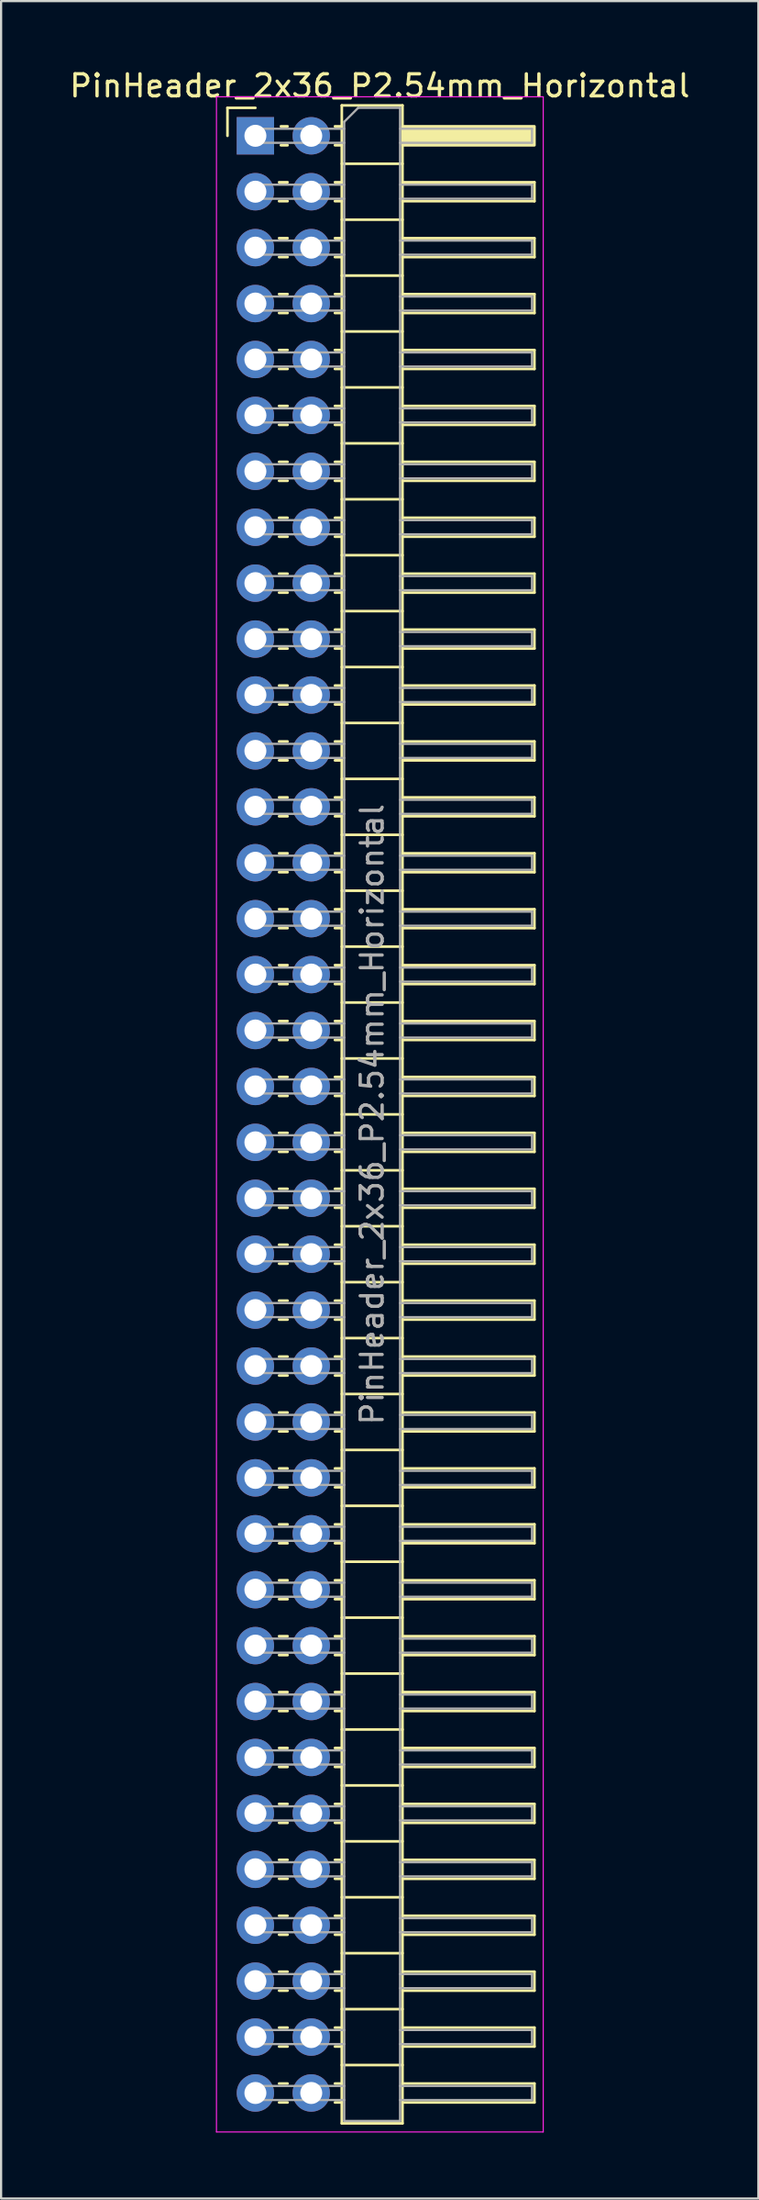
<source format=kicad_pcb>
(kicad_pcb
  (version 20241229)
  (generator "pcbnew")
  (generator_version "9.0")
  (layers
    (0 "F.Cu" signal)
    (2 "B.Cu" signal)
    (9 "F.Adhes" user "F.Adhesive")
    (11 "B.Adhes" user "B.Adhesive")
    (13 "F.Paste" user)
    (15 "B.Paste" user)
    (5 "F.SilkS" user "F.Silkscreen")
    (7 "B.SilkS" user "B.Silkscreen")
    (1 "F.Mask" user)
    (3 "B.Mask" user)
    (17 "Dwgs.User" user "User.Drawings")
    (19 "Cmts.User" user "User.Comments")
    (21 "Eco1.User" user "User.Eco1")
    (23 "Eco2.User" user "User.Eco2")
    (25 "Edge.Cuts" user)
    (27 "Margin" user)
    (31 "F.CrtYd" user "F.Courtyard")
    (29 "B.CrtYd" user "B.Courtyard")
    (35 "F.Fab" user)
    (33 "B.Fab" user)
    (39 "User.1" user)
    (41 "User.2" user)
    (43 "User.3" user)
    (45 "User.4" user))
  (footprint "PinHeader_2x36_P2.54mm_Horizontal"
    (layer "F.Cu")
    (at 8.565 3.118)
    (property "Reference" "PinHeader_2x36_P2.54mm_Horizontal" (at 5.655 -2.27 0) (layer "F.SilkS") (effects (font (size 1 1) (thickness 0.15))))
    (attr through_hole)
    (fp_line (start -1.27 -1.27) (end 0 -1.27) (stroke (width 0.12) (type solid)) (layer "F.SilkS"))
    (fp_line (start -1.27 0) (end -1.27 -1.27) (stroke (width 0.12) (type solid)) (layer "F.SilkS"))
    (fp_line (start 1.077 2.11) (end 1.463 2.11) (stroke (width 0.12) (type solid)) (layer "F.SilkS"))
    (fp_line (start 1.077 2.97) (end 1.463 2.97) (stroke (width 0.12) (type solid)) (layer "F.SilkS"))
    (fp_line (start 1.077 4.65) (end 1.463 4.65) (stroke (width 0.12) (type solid)) (layer "F.SilkS"))
    (fp_line (start 1.077 5.51) (end 1.463 5.51) (stroke (width 0.12) (type solid)) (layer "F.SilkS"))
    (fp_line (start 1.077 7.19) (end 1.463 7.19) (stroke (width 0.12) (type solid)) (layer "F.SilkS"))
    (fp_line (start 1.077 8.05) (end 1.463 8.05) (stroke (width 0.12) (type solid)) (layer "F.SilkS"))
    (fp_line (start 1.077 9.73) (end 1.463 9.73) (stroke (width 0.12) (type solid)) (layer "F.SilkS"))
    (fp_line (start 1.077 10.59) (end 1.463 10.59) (stroke (width 0.12) (type solid)) (layer "F.SilkS"))
    (fp_line (start 1.077 12.27) (end 1.463 12.27) (stroke (width 0.12) (type solid)) (layer "F.SilkS"))
    (fp_line (start 1.077 13.13) (end 1.463 13.13) (stroke (width 0.12) (type solid)) (layer "F.SilkS"))
    (fp_line (start 1.077 14.81) (end 1.463 14.81) (stroke (width 0.12) (type solid)) (layer "F.SilkS"))
    (fp_line (start 1.077 15.67) (end 1.463 15.67) (stroke (width 0.12) (type solid)) (layer "F.SilkS"))
    (fp_line (start 1.077 17.35) (end 1.463 17.35) (stroke (width 0.12) (type solid)) (layer "F.SilkS"))
    (fp_line (start 1.077 18.21) (end 1.463 18.21) (stroke (width 0.12) (type solid)) (layer "F.SilkS"))
    (fp_line (start 1.077 19.89) (end 1.463 19.89) (stroke (width 0.12) (type solid)) (layer "F.SilkS"))
    (fp_line (start 1.077 20.75) (end 1.463 20.75) (stroke (width 0.12) (type solid)) (layer "F.SilkS"))
    (fp_line (start 1.077 22.43) (end 1.463 22.43) (stroke (width 0.12) (type solid)) (layer "F.SilkS"))
    (fp_line (start 1.077 23.29) (end 1.463 23.29) (stroke (width 0.12) (type solid)) (layer "F.SilkS"))
    (fp_line (start 1.077 24.97) (end 1.463 24.97) (stroke (width 0.12) (type solid)) (layer "F.SilkS"))
    (fp_line (start 1.077 25.83) (end 1.463 25.83) (stroke (width 0.12) (type solid)) (layer "F.SilkS"))
    (fp_line (start 1.077 27.51) (end 1.463 27.51) (stroke (width 0.12) (type solid)) (layer "F.SilkS"))
    (fp_line (start 1.077 28.37) (end 1.463 28.37) (stroke (width 0.12) (type solid)) (layer "F.SilkS"))
    (fp_line (start 1.077 30.05) (end 1.463 30.05) (stroke (width 0.12) (type solid)) (layer "F.SilkS"))
    (fp_line (start 1.077 30.91) (end 1.463 30.91) (stroke (width 0.12) (type solid)) (layer "F.SilkS"))
    (fp_line (start 1.077 32.59) (end 1.463 32.59) (stroke (width 0.12) (type solid)) (layer "F.SilkS"))
    (fp_line (start 1.077 33.45) (end 1.463 33.45) (stroke (width 0.12) (type solid)) (layer "F.SilkS"))
    (fp_line (start 1.077 35.13) (end 1.463 35.13) (stroke (width 0.12) (type solid)) (layer "F.SilkS"))
    (fp_line (start 1.077 35.99) (end 1.463 35.99) (stroke (width 0.12) (type solid)) (layer "F.SilkS"))
    (fp_line (start 1.077 37.67) (end 1.463 37.67) (stroke (width 0.12) (type solid)) (layer "F.SilkS"))
    (fp_line (start 1.077 38.53) (end 1.463 38.53) (stroke (width 0.12) (type solid)) (layer "F.SilkS"))
    (fp_line (start 1.077 40.21) (end 1.463 40.21) (stroke (width 0.12) (type solid)) (layer "F.SilkS"))
    (fp_line (start 1.077 41.07) (end 1.463 41.07) (stroke (width 0.12) (type solid)) (layer "F.SilkS"))
    (fp_line (start 1.077 42.75) (end 1.463 42.75) (stroke (width 0.12) (type solid)) (layer "F.SilkS"))
    (fp_line (start 1.077 43.61) (end 1.463 43.61) (stroke (width 0.12) (type solid)) (layer "F.SilkS"))
    (fp_line (start 1.077 45.29) (end 1.463 45.29) (stroke (width 0.12) (type solid)) (layer "F.SilkS"))
    (fp_line (start 1.077 46.15) (end 1.463 46.15) (stroke (width 0.12) (type solid)) (layer "F.SilkS"))
    (fp_line (start 1.077 47.83) (end 1.463 47.83) (stroke (width 0.12) (type solid)) (layer "F.SilkS"))
    (fp_line (start 1.077 48.69) (end 1.463 48.69) (stroke (width 0.12) (type solid)) (layer "F.SilkS"))
    (fp_line (start 1.077 50.37) (end 1.463 50.37) (stroke (width 0.12) (type solid)) (layer "F.SilkS"))
    (fp_line (start 1.077 51.23) (end 1.463 51.23) (stroke (width 0.12) (type solid)) (layer "F.SilkS"))
    (fp_line (start 1.077 52.91) (end 1.463 52.91) (stroke (width 0.12) (type solid)) (layer "F.SilkS"))
    (fp_line (start 1.077 53.77) (end 1.463 53.77) (stroke (width 0.12) (type solid)) (layer "F.SilkS"))
    (fp_line (start 1.077 55.45) (end 1.463 55.45) (stroke (width 0.12) (type solid)) (layer "F.SilkS"))
    (fp_line (start 1.077 56.31) (end 1.463 56.31) (stroke (width 0.12) (type solid)) (layer "F.SilkS"))
    (fp_line (start 1.077 57.99) (end 1.463 57.99) (stroke (width 0.12) (type solid)) (layer "F.SilkS"))
    (fp_line (start 1.077 58.85) (end 1.463 58.85) (stroke (width 0.12) (type solid)) (layer "F.SilkS"))
    (fp_line (start 1.077 60.53) (end 1.463 60.53) (stroke (width 0.12) (type solid)) (layer "F.SilkS"))
    (fp_line (start 1.077 61.39) (end 1.463 61.39) (stroke (width 0.12) (type solid)) (layer "F.SilkS"))
    (fp_line (start 1.077 63.07) (end 1.463 63.07) (stroke (width 0.12) (type solid)) (layer "F.SilkS"))
    (fp_line (start 1.077 63.93) (end 1.463 63.93) (stroke (width 0.12) (type solid)) (layer "F.SilkS"))
    (fp_line (start 1.077 65.61) (end 1.463 65.61) (stroke (width 0.12) (type solid)) (layer "F.SilkS"))
    (fp_line (start 1.077 66.47) (end 1.463 66.47) (stroke (width 0.12) (type solid)) (layer "F.SilkS"))
    (fp_line (start 1.077 68.15) (end 1.463 68.15) (stroke (width 0.12) (type solid)) (layer "F.SilkS"))
    (fp_line (start 1.077 69.01) (end 1.463 69.01) (stroke (width 0.12) (type solid)) (layer "F.SilkS"))
    (fp_line (start 1.077 70.69) (end 1.463 70.69) (stroke (width 0.12) (type solid)) (layer "F.SilkS"))
    (fp_line (start 1.077 71.55) (end 1.463 71.55) (stroke (width 0.12) (type solid)) (layer "F.SilkS"))
    (fp_line (start 1.077 73.23) (end 1.463 73.23) (stroke (width 0.12) (type solid)) (layer "F.SilkS"))
    (fp_line (start 1.077 74.09) (end 1.463 74.09) (stroke (width 0.12) (type solid)) (layer "F.SilkS"))
    (fp_line (start 1.077 75.77) (end 1.463 75.77) (stroke (width 0.12) (type solid)) (layer "F.SilkS"))
    (fp_line (start 1.077 76.63) (end 1.463 76.63) (stroke (width 0.12) (type solid)) (layer "F.SilkS"))
    (fp_line (start 1.077 78.31) (end 1.463 78.31) (stroke (width 0.12) (type solid)) (layer "F.SilkS"))
    (fp_line (start 1.077 79.17) (end 1.463 79.17) (stroke (width 0.12) (type solid)) (layer "F.SilkS"))
    (fp_line (start 1.077 80.85) (end 1.463 80.85) (stroke (width 0.12) (type solid)) (layer "F.SilkS"))
    (fp_line (start 1.077 81.71) (end 1.463 81.71) (stroke (width 0.12) (type solid)) (layer "F.SilkS"))
    (fp_line (start 1.077 83.39) (end 1.463 83.39) (stroke (width 0.12) (type solid)) (layer "F.SilkS"))
    (fp_line (start 1.077 84.25) (end 1.463 84.25) (stroke (width 0.12) (type solid)) (layer "F.SilkS"))
    (fp_line (start 1.077 85.93) (end 1.463 85.93) (stroke (width 0.12) (type solid)) (layer "F.SilkS"))
    (fp_line (start 1.077 86.79) (end 1.463 86.79) (stroke (width 0.12) (type solid)) (layer "F.SilkS"))
    (fp_line (start 1.077 88.47) (end 1.463 88.47) (stroke (width 0.12) (type solid)) (layer "F.SilkS"))
    (fp_line (start 1.077 89.33) (end 1.463 89.33) (stroke (width 0.12) (type solid)) (layer "F.SilkS"))
    (fp_line (start 1.16 -0.43) (end 1.463 -0.43) (stroke (width 0.12) (type solid)) (layer "F.SilkS"))
    (fp_line (start 1.16 0.43) (end 1.463 0.43) (stroke (width 0.12) (type solid)) (layer "F.SilkS"))
    (fp_line (start 3.617 -0.43) (end 3.93 -0.43) (stroke (width 0.12) (type solid)) (layer "F.SilkS"))
    (fp_line (start 3.617 0.43) (end 3.93 0.43) (stroke (width 0.12) (type solid)) (layer "F.SilkS"))
    (fp_line (start 3.617 2.11) (end 3.93 2.11) (stroke (width 0.12) (type solid)) (layer "F.SilkS"))
    (fp_line (start 3.617 2.97) (end 3.93 2.97) (stroke (width 0.12) (type solid)) (layer "F.SilkS"))
    (fp_line (start 3.617 4.65) (end 3.93 4.65) (stroke (width 0.12) (type solid)) (layer "F.SilkS"))
    (fp_line (start 3.617 5.51) (end 3.93 5.51) (stroke (width 0.12) (type solid)) (layer "F.SilkS"))
    (fp_line (start 3.617 7.19) (end 3.93 7.19) (stroke (width 0.12) (type solid)) (layer "F.SilkS"))
    (fp_line (start 3.617 8.05) (end 3.93 8.05) (stroke (width 0.12) (type solid)) (layer "F.SilkS"))
    (fp_line (start 3.617 9.73) (end 3.93 9.73) (stroke (width 0.12) (type solid)) (layer "F.SilkS"))
    (fp_line (start 3.617 10.59) (end 3.93 10.59) (stroke (width 0.12) (type solid)) (layer "F.SilkS"))
    (fp_line (start 3.617 12.27) (end 3.93 12.27) (stroke (width 0.12) (type solid)) (layer "F.SilkS"))
    (fp_line (start 3.617 13.13) (end 3.93 13.13) (stroke (width 0.12) (type solid)) (layer "F.SilkS"))
    (fp_line (start 3.617 14.81) (end 3.93 14.81) (stroke (width 0.12) (type solid)) (layer "F.SilkS"))
    (fp_line (start 3.617 15.67) (end 3.93 15.67) (stroke (width 0.12) (type solid)) (layer "F.SilkS"))
    (fp_line (start 3.617 17.35) (end 3.93 17.35) (stroke (width 0.12) (type solid)) (layer "F.SilkS"))
    (fp_line (start 3.617 18.21) (end 3.93 18.21) (stroke (width 0.12) (type solid)) (layer "F.SilkS"))
    (fp_line (start 3.617 19.89) (end 3.93 19.89) (stroke (width 0.12) (type solid)) (layer "F.SilkS"))
    (fp_line (start 3.617 20.75) (end 3.93 20.75) (stroke (width 0.12) (type solid)) (layer "F.SilkS"))
    (fp_line (start 3.617 22.43) (end 3.93 22.43) (stroke (width 0.12) (type solid)) (layer "F.SilkS"))
    (fp_line (start 3.617 23.29) (end 3.93 23.29) (stroke (width 0.12) (type solid)) (layer "F.SilkS"))
    (fp_line (start 3.617 24.97) (end 3.93 24.97) (stroke (width 0.12) (type solid)) (layer "F.SilkS"))
    (fp_line (start 3.617 25.83) (end 3.93 25.83) (stroke (width 0.12) (type solid)) (layer "F.SilkS"))
    (fp_line (start 3.617 27.51) (end 3.93 27.51) (stroke (width 0.12) (type solid)) (layer "F.SilkS"))
    (fp_line (start 3.617 28.37) (end 3.93 28.37) (stroke (width 0.12) (type solid)) (layer "F.SilkS"))
    (fp_line (start 3.617 30.05) (end 3.93 30.05) (stroke (width 0.12) (type solid)) (layer "F.SilkS"))
    (fp_line (start 3.617 30.91) (end 3.93 30.91) (stroke (width 0.12) (type solid)) (layer "F.SilkS"))
    (fp_line (start 3.617 32.59) (end 3.93 32.59) (stroke (width 0.12) (type solid)) (layer "F.SilkS"))
    (fp_line (start 3.617 33.45) (end 3.93 33.45) (stroke (width 0.12) (type solid)) (layer "F.SilkS"))
    (fp_line (start 3.617 35.13) (end 3.93 35.13) (stroke (width 0.12) (type solid)) (layer "F.SilkS"))
    (fp_line (start 3.617 35.99) (end 3.93 35.99) (stroke (width 0.12) (type solid)) (layer "F.SilkS"))
    (fp_line (start 3.617 37.67) (end 3.93 37.67) (stroke (width 0.12) (type solid)) (layer "F.SilkS"))
    (fp_line (start 3.617 38.53) (end 3.93 38.53) (stroke (width 0.12) (type solid)) (layer "F.SilkS"))
    (fp_line (start 3.617 40.21) (end 3.93 40.21) (stroke (width 0.12) (type solid)) (layer "F.SilkS"))
    (fp_line (start 3.617 41.07) (end 3.93 41.07) (stroke (width 0.12) (type solid)) (layer "F.SilkS"))
    (fp_line (start 3.617 42.75) (end 3.93 42.75) (stroke (width 0.12) (type solid)) (layer "F.SilkS"))
    (fp_line (start 3.617 43.61) (end 3.93 43.61) (stroke (width 0.12) (type solid)) (layer "F.SilkS"))
    (fp_line (start 3.617 45.29) (end 3.93 45.29) (stroke (width 0.12) (type solid)) (layer "F.SilkS"))
    (fp_line (start 3.617 46.15) (end 3.93 46.15) (stroke (width 0.12) (type solid)) (layer "F.SilkS"))
    (fp_line (start 3.617 47.83) (end 3.93 47.83) (stroke (width 0.12) (type solid)) (layer "F.SilkS"))
    (fp_line (start 3.617 48.69) (end 3.93 48.69) (stroke (width 0.12) (type solid)) (layer "F.SilkS"))
    (fp_line (start 3.617 50.37) (end 3.93 50.37) (stroke (width 0.12) (type solid)) (layer "F.SilkS"))
    (fp_line (start 3.617 51.23) (end 3.93 51.23) (stroke (width 0.12) (type solid)) (layer "F.SilkS"))
    (fp_line (start 3.617 52.91) (end 3.93 52.91) (stroke (width 0.12) (type solid)) (layer "F.SilkS"))
    (fp_line (start 3.617 53.77) (end 3.93 53.77) (stroke (width 0.12) (type solid)) (layer "F.SilkS"))
    (fp_line (start 3.617 55.45) (end 3.93 55.45) (stroke (width 0.12) (type solid)) (layer "F.SilkS"))
    (fp_line (start 3.617 56.31) (end 3.93 56.31) (stroke (width 0.12) (type solid)) (layer "F.SilkS"))
    (fp_line (start 3.617 57.99) (end 3.93 57.99) (stroke (width 0.12) (type solid)) (layer "F.SilkS"))
    (fp_line (start 3.617 58.85) (end 3.93 58.85) (stroke (width 0.12) (type solid)) (layer "F.SilkS"))
    (fp_line (start 3.617 60.53) (end 3.93 60.53) (stroke (width 0.12) (type solid)) (layer "F.SilkS"))
    (fp_line (start 3.617 61.39) (end 3.93 61.39) (stroke (width 0.12) (type solid)) (layer "F.SilkS"))
    (fp_line (start 3.617 63.07) (end 3.93 63.07) (stroke (width 0.12) (type solid)) (layer "F.SilkS"))
    (fp_line (start 3.617 63.93) (end 3.93 63.93) (stroke (width 0.12) (type solid)) (layer "F.SilkS"))
    (fp_line (start 3.617 65.61) (end 3.93 65.61) (stroke (width 0.12) (type solid)) (layer "F.SilkS"))
    (fp_line (start 3.617 66.47) (end 3.93 66.47) (stroke (width 0.12) (type solid)) (layer "F.SilkS"))
    (fp_line (start 3.617 68.15) (end 3.93 68.15) (stroke (width 0.12) (type solid)) (layer "F.SilkS"))
    (fp_line (start 3.617 69.01) (end 3.93 69.01) (stroke (width 0.12) (type solid)) (layer "F.SilkS"))
    (fp_line (start 3.617 70.69) (end 3.93 70.69) (stroke (width 0.12) (type solid)) (layer "F.SilkS"))
    (fp_line (start 3.617 71.55) (end 3.93 71.55) (stroke (width 0.12) (type solid)) (layer "F.SilkS"))
    (fp_line (start 3.617 73.23) (end 3.93 73.23) (stroke (width 0.12) (type solid)) (layer "F.SilkS"))
    (fp_line (start 3.617 74.09) (end 3.93 74.09) (stroke (width 0.12) (type solid)) (layer "F.SilkS"))
    (fp_line (start 3.617 75.77) (end 3.93 75.77) (stroke (width 0.12) (type solid)) (layer "F.SilkS"))
    (fp_line (start 3.617 76.63) (end 3.93 76.63) (stroke (width 0.12) (type solid)) (layer "F.SilkS"))
    (fp_line (start 3.617 78.31) (end 3.93 78.31) (stroke (width 0.12) (type solid)) (layer "F.SilkS"))
    (fp_line (start 3.617 79.17) (end 3.93 79.17) (stroke (width 0.12) (type solid)) (layer "F.SilkS"))
    (fp_line (start 3.617 80.85) (end 3.93 80.85) (stroke (width 0.12) (type solid)) (layer "F.SilkS"))
    (fp_line (start 3.617 81.71) (end 3.93 81.71) (stroke (width 0.12) (type solid)) (layer "F.SilkS"))
    (fp_line (start 3.617 83.39) (end 3.93 83.39) (stroke (width 0.12) (type solid)) (layer "F.SilkS"))
    (fp_line (start 3.617 84.25) (end 3.93 84.25) (stroke (width 0.12) (type solid)) (layer "F.SilkS"))
    (fp_line (start 3.617 85.93) (end 3.93 85.93) (stroke (width 0.12) (type solid)) (layer "F.SilkS"))
    (fp_line (start 3.617 86.79) (end 3.93 86.79) (stroke (width 0.12) (type solid)) (layer "F.SilkS"))
    (fp_line (start 3.617 88.47) (end 3.93 88.47) (stroke (width 0.12) (type solid)) (layer "F.SilkS"))
    (fp_line (start 3.617 89.33) (end 3.93 89.33) (stroke (width 0.12) (type solid)) (layer "F.SilkS"))
    (fp_line (start 3.93 -1.38) (end 3.93 90.28) (stroke (width 0.12) (type solid)) (layer "F.SilkS"))
    (fp_line (start 3.93 1.27) (end 6.69 1.27) (stroke (width 0.12) (type solid)) (layer "F.SilkS"))
    (fp_line (start 3.93 3.81) (end 6.69 3.81) (stroke (width 0.12) (type solid)) (layer "F.SilkS"))
    (fp_line (start 3.93 6.35) (end 6.69 6.35) (stroke (width 0.12) (type solid)) (layer "F.SilkS"))
    (fp_line (start 3.93 8.89) (end 6.69 8.89) (stroke (width 0.12) (type solid)) (layer "F.SilkS"))
    (fp_line (start 3.93 11.43) (end 6.69 11.43) (stroke (width 0.12) (type solid)) (layer "F.SilkS"))
    (fp_line (start 3.93 13.97) (end 6.69 13.97) (stroke (width 0.12) (type solid)) (layer "F.SilkS"))
    (fp_line (start 3.93 16.51) (end 6.69 16.51) (stroke (width 0.12) (type solid)) (layer "F.SilkS"))
    (fp_line (start 3.93 19.05) (end 6.69 19.05) (stroke (width 0.12) (type solid)) (layer "F.SilkS"))
    (fp_line (start 3.93 21.59) (end 6.69 21.59) (stroke (width 0.12) (type solid)) (layer "F.SilkS"))
    (fp_line (start 3.93 24.13) (end 6.69 24.13) (stroke (width 0.12) (type solid)) (layer "F.SilkS"))
    (fp_line (start 3.93 26.67) (end 6.69 26.67) (stroke (width 0.12) (type solid)) (layer "F.SilkS"))
    (fp_line (start 3.93 29.21) (end 6.69 29.21) (stroke (width 0.12) (type solid)) (layer "F.SilkS"))
    (fp_line (start 3.93 31.75) (end 6.69 31.75) (stroke (width 0.12) (type solid)) (layer "F.SilkS"))
    (fp_line (start 3.93 34.29) (end 6.69 34.29) (stroke (width 0.12) (type solid)) (layer "F.SilkS"))
    (fp_line (start 3.93 36.83) (end 6.69 36.83) (stroke (width 0.12) (type solid)) (layer "F.SilkS"))
    (fp_line (start 3.93 39.37) (end 6.69 39.37) (stroke (width 0.12) (type solid)) (layer "F.SilkS"))
    (fp_line (start 3.93 41.91) (end 6.69 41.91) (stroke (width 0.12) (type solid)) (layer "F.SilkS"))
    (fp_line (start 3.93 44.45) (end 6.69 44.45) (stroke (width 0.12) (type solid)) (layer "F.SilkS"))
    (fp_line (start 3.93 46.99) (end 6.69 46.99) (stroke (width 0.12) (type solid)) (layer "F.SilkS"))
    (fp_line (start 3.93 49.53) (end 6.69 49.53) (stroke (width 0.12) (type solid)) (layer "F.SilkS"))
    (fp_line (start 3.93 52.07) (end 6.69 52.07) (stroke (width 0.12) (type solid)) (layer "F.SilkS"))
    (fp_line (start 3.93 54.61) (end 6.69 54.61) (stroke (width 0.12) (type solid)) (layer "F.SilkS"))
    (fp_line (start 3.93 57.15) (end 6.69 57.15) (stroke (width 0.12) (type solid)) (layer "F.SilkS"))
    (fp_line (start 3.93 59.69) (end 6.69 59.69) (stroke (width 0.12) (type solid)) (layer "F.SilkS"))
    (fp_line (start 3.93 62.23) (end 6.69 62.23) (stroke (width 0.12) (type solid)) (layer "F.SilkS"))
    (fp_line (start 3.93 64.77) (end 6.69 64.77) (stroke (width 0.12) (type solid)) (layer "F.SilkS"))
    (fp_line (start 3.93 67.31) (end 6.69 67.31) (stroke (width 0.12) (type solid)) (layer "F.SilkS"))
    (fp_line (start 3.93 69.85) (end 6.69 69.85) (stroke (width 0.12) (type solid)) (layer "F.SilkS"))
    (fp_line (start 3.93 72.39) (end 6.69 72.39) (stroke (width 0.12) (type solid)) (layer "F.SilkS"))
    (fp_line (start 3.93 74.93) (end 6.69 74.93) (stroke (width 0.12) (type solid)) (layer "F.SilkS"))
    (fp_line (start 3.93 77.47) (end 6.69 77.47) (stroke (width 0.12) (type solid)) (layer "F.SilkS"))
    (fp_line (start 3.93 80.01) (end 6.69 80.01) (stroke (width 0.12) (type solid)) (layer "F.SilkS"))
    (fp_line (start 3.93 82.55) (end 6.69 82.55) (stroke (width 0.12) (type solid)) (layer "F.SilkS"))
    (fp_line (start 3.93 85.09) (end 6.69 85.09) (stroke (width 0.12) (type solid)) (layer "F.SilkS"))
    (fp_line (start 3.93 87.63) (end 6.69 87.63) (stroke (width 0.12) (type solid)) (layer "F.SilkS"))
    (fp_line (start 3.93 90.28) (end 6.69 90.28) (stroke (width 0.12) (type solid)) (layer "F.SilkS"))
    (fp_line (start 6.69 -1.38) (end 3.93 -1.38) (stroke (width 0.12) (type solid)) (layer "F.SilkS"))
    (fp_line (start 6.69 2.11) (end 12.69 2.11) (stroke (width 0.12) (type solid)) (layer "F.SilkS"))
    (fp_line (start 6.69 4.65) (end 12.69 4.65) (stroke (width 0.12) (type solid)) (layer "F.SilkS"))
    (fp_line (start 6.69 7.19) (end 12.69 7.19) (stroke (width 0.12) (type solid)) (layer "F.SilkS"))
    (fp_line (start 6.69 9.73) (end 12.69 9.73) (stroke (width 0.12) (type solid)) (layer "F.SilkS"))
    (fp_line (start 6.69 12.27) (end 12.69 12.27) (stroke (width 0.12) (type solid)) (layer "F.SilkS"))
    (fp_line (start 6.69 14.81) (end 12.69 14.81) (stroke (width 0.12) (type solid)) (layer "F.SilkS"))
    (fp_line (start 6.69 17.35) (end 12.69 17.35) (stroke (width 0.12) (type solid)) (layer "F.SilkS"))
    (fp_line (start 6.69 19.89) (end 12.69 19.89) (stroke (width 0.12) (type solid)) (layer "F.SilkS"))
    (fp_line (start 6.69 22.43) (end 12.69 22.43) (stroke (width 0.12) (type solid)) (layer "F.SilkS"))
    (fp_line (start 6.69 24.97) (end 12.69 24.97) (stroke (width 0.12) (type solid)) (layer "F.SilkS"))
    (fp_line (start 6.69 27.51) (end 12.69 27.51) (stroke (width 0.12) (type solid)) (layer "F.SilkS"))
    (fp_line (start 6.69 30.05) (end 12.69 30.05) (stroke (width 0.12) (type solid)) (layer "F.SilkS"))
    (fp_line (start 6.69 32.59) (end 12.69 32.59) (stroke (width 0.12) (type solid)) (layer "F.SilkS"))
    (fp_line (start 6.69 35.13) (end 12.69 35.13) (stroke (width 0.12) (type solid)) (layer "F.SilkS"))
    (fp_line (start 6.69 37.67) (end 12.69 37.67) (stroke (width 0.12) (type solid)) (layer "F.SilkS"))
    (fp_line (start 6.69 40.21) (end 12.69 40.21) (stroke (width 0.12) (type solid)) (layer "F.SilkS"))
    (fp_line (start 6.69 42.75) (end 12.69 42.75) (stroke (width 0.12) (type solid)) (layer "F.SilkS"))
    (fp_line (start 6.69 45.29) (end 12.69 45.29) (stroke (width 0.12) (type solid)) (layer "F.SilkS"))
    (fp_line (start 6.69 47.83) (end 12.69 47.83) (stroke (width 0.12) (type solid)) (layer "F.SilkS"))
    (fp_line (start 6.69 50.37) (end 12.69 50.37) (stroke (width 0.12) (type solid)) (layer "F.SilkS"))
    (fp_line (start 6.69 52.91) (end 12.69 52.91) (stroke (width 0.12) (type solid)) (layer "F.SilkS"))
    (fp_line (start 6.69 55.45) (end 12.69 55.45) (stroke (width 0.12) (type solid)) (layer "F.SilkS"))
    (fp_line (start 6.69 57.99) (end 12.69 57.99) (stroke (width 0.12) (type solid)) (layer "F.SilkS"))
    (fp_line (start 6.69 60.53) (end 12.69 60.53) (stroke (width 0.12) (type solid)) (layer "F.SilkS"))
    (fp_line (start 6.69 63.07) (end 12.69 63.07) (stroke (width 0.12) (type solid)) (layer "F.SilkS"))
    (fp_line (start 6.69 65.61) (end 12.69 65.61) (stroke (width 0.12) (type solid)) (layer "F.SilkS"))
    (fp_line (start 6.69 68.15) (end 12.69 68.15) (stroke (width 0.12) (type solid)) (layer "F.SilkS"))
    (fp_line (start 6.69 70.69) (end 12.69 70.69) (stroke (width 0.12) (type solid)) (layer "F.SilkS"))
    (fp_line (start 6.69 73.23) (end 12.69 73.23) (stroke (width 0.12) (type solid)) (layer "F.SilkS"))
    (fp_line (start 6.69 75.77) (end 12.69 75.77) (stroke (width 0.12) (type solid)) (layer "F.SilkS"))
    (fp_line (start 6.69 78.31) (end 12.69 78.31) (stroke (width 0.12) (type solid)) (layer "F.SilkS"))
    (fp_line (start 6.69 80.85) (end 12.69 80.85) (stroke (width 0.12) (type solid)) (layer "F.SilkS"))
    (fp_line (start 6.69 83.39) (end 12.69 83.39) (stroke (width 0.12) (type solid)) (layer "F.SilkS"))
    (fp_line (start 6.69 85.93) (end 12.69 85.93) (stroke (width 0.12) (type solid)) (layer "F.SilkS"))
    (fp_line (start 6.69 88.47) (end 12.69 88.47) (stroke (width 0.12) (type solid)) (layer "F.SilkS"))
    (fp_line (start 6.69 90.28) (end 6.69 -1.38) (stroke (width 0.12) (type solid)) (layer "F.SilkS"))
    (fp_line (start 12.69 2.11) (end 12.69 2.97) (stroke (width 0.12) (type solid)) (layer "F.SilkS"))
    (fp_line (start 12.69 2.97) (end 6.69 2.97) (stroke (width 0.12) (type solid)) (layer "F.SilkS"))
    (fp_line (start 12.69 4.65) (end 12.69 5.51) (stroke (width 0.12) (type solid)) (layer "F.SilkS"))
    (fp_line (start 12.69 5.51) (end 6.69 5.51) (stroke (width 0.12) (type solid)) (layer "F.SilkS"))
    (fp_line (start 12.69 7.19) (end 12.69 8.05) (stroke (width 0.12) (type solid)) (layer "F.SilkS"))
    (fp_line (start 12.69 8.05) (end 6.69 8.05) (stroke (width 0.12) (type solid)) (layer "F.SilkS"))
    (fp_line (start 12.69 9.73) (end 12.69 10.59) (stroke (width 0.12) (type solid)) (layer "F.SilkS"))
    (fp_line (start 12.69 10.59) (end 6.69 10.59) (stroke (width 0.12) (type solid)) (layer "F.SilkS"))
    (fp_line (start 12.69 12.27) (end 12.69 13.13) (stroke (width 0.12) (type solid)) (layer "F.SilkS"))
    (fp_line (start 12.69 13.13) (end 6.69 13.13) (stroke (width 0.12) (type solid)) (layer "F.SilkS"))
    (fp_line (start 12.69 14.81) (end 12.69 15.67) (stroke (width 0.12) (type solid)) (layer "F.SilkS"))
    (fp_line (start 12.69 15.67) (end 6.69 15.67) (stroke (width 0.12) (type solid)) (layer "F.SilkS"))
    (fp_line (start 12.69 17.35) (end 12.69 18.21) (stroke (width 0.12) (type solid)) (layer "F.SilkS"))
    (fp_line (start 12.69 18.21) (end 6.69 18.21) (stroke (width 0.12) (type solid)) (layer "F.SilkS"))
    (fp_line (start 12.69 19.89) (end 12.69 20.75) (stroke (width 0.12) (type solid)) (layer "F.SilkS"))
    (fp_line (start 12.69 20.75) (end 6.69 20.75) (stroke (width 0.12) (type solid)) (layer "F.SilkS"))
    (fp_line (start 12.69 22.43) (end 12.69 23.29) (stroke (width 0.12) (type solid)) (layer "F.SilkS"))
    (fp_line (start 12.69 23.29) (end 6.69 23.29) (stroke (width 0.12) (type solid)) (layer "F.SilkS"))
    (fp_line (start 12.69 24.97) (end 12.69 25.83) (stroke (width 0.12) (type solid)) (layer "F.SilkS"))
    (fp_line (start 12.69 25.83) (end 6.69 25.83) (stroke (width 0.12) (type solid)) (layer "F.SilkS"))
    (fp_line (start 12.69 27.51) (end 12.69 28.37) (stroke (width 0.12) (type solid)) (layer "F.SilkS"))
    (fp_line (start 12.69 28.37) (end 6.69 28.37) (stroke (width 0.12) (type solid)) (layer "F.SilkS"))
    (fp_line (start 12.69 30.05) (end 12.69 30.91) (stroke (width 0.12) (type solid)) (layer "F.SilkS"))
    (fp_line (start 12.69 30.91) (end 6.69 30.91) (stroke (width 0.12) (type solid)) (layer "F.SilkS"))
    (fp_line (start 12.69 32.59) (end 12.69 33.45) (stroke (width 0.12) (type solid)) (layer "F.SilkS"))
    (fp_line (start 12.69 33.45) (end 6.69 33.45) (stroke (width 0.12) (type solid)) (layer "F.SilkS"))
    (fp_line (start 12.69 35.13) (end 12.69 35.99) (stroke (width 0.12) (type solid)) (layer "F.SilkS"))
    (fp_line (start 12.69 35.99) (end 6.69 35.99) (stroke (width 0.12) (type solid)) (layer "F.SilkS"))
    (fp_line (start 12.69 37.67) (end 12.69 38.53) (stroke (width 0.12) (type solid)) (layer "F.SilkS"))
    (fp_line (start 12.69 38.53) (end 6.69 38.53) (stroke (width 0.12) (type solid)) (layer "F.SilkS"))
    (fp_line (start 12.69 40.21) (end 12.69 41.07) (stroke (width 0.12) (type solid)) (layer "F.SilkS"))
    (fp_line (start 12.69 41.07) (end 6.69 41.07) (stroke (width 0.12) (type solid)) (layer "F.SilkS"))
    (fp_line (start 12.69 42.75) (end 12.69 43.61) (stroke (width 0.12) (type solid)) (layer "F.SilkS"))
    (fp_line (start 12.69 43.61) (end 6.69 43.61) (stroke (width 0.12) (type solid)) (layer "F.SilkS"))
    (fp_line (start 12.69 45.29) (end 12.69 46.15) (stroke (width 0.12) (type solid)) (layer "F.SilkS"))
    (fp_line (start 12.69 46.15) (end 6.69 46.15) (stroke (width 0.12) (type solid)) (layer "F.SilkS"))
    (fp_line (start 12.69 47.83) (end 12.69 48.69) (stroke (width 0.12) (type solid)) (layer "F.SilkS"))
    (fp_line (start 12.69 48.69) (end 6.69 48.69) (stroke (width 0.12) (type solid)) (layer "F.SilkS"))
    (fp_line (start 12.69 50.37) (end 12.69 51.23) (stroke (width 0.12) (type solid)) (layer "F.SilkS"))
    (fp_line (start 12.69 51.23) (end 6.69 51.23) (stroke (width 0.12) (type solid)) (layer "F.SilkS"))
    (fp_line (start 12.69 52.91) (end 12.69 53.77) (stroke (width 0.12) (type solid)) (layer "F.SilkS"))
    (fp_line (start 12.69 53.77) (end 6.69 53.77) (stroke (width 0.12) (type solid)) (layer "F.SilkS"))
    (fp_line (start 12.69 55.45) (end 12.69 56.31) (stroke (width 0.12) (type solid)) (layer "F.SilkS"))
    (fp_line (start 12.69 56.31) (end 6.69 56.31) (stroke (width 0.12) (type solid)) (layer "F.SilkS"))
    (fp_line (start 12.69 57.99) (end 12.69 58.85) (stroke (width 0.12) (type solid)) (layer "F.SilkS"))
    (fp_line (start 12.69 58.85) (end 6.69 58.85) (stroke (width 0.12) (type solid)) (layer "F.SilkS"))
    (fp_line (start 12.69 60.53) (end 12.69 61.39) (stroke (width 0.12) (type solid)) (layer "F.SilkS"))
    (fp_line (start 12.69 61.39) (end 6.69 61.39) (stroke (width 0.12) (type solid)) (layer "F.SilkS"))
    (fp_line (start 12.69 63.07) (end 12.69 63.93) (stroke (width 0.12) (type solid)) (layer "F.SilkS"))
    (fp_line (start 12.69 63.93) (end 6.69 63.93) (stroke (width 0.12) (type solid)) (layer "F.SilkS"))
    (fp_line (start 12.69 65.61) (end 12.69 66.47) (stroke (width 0.12) (type solid)) (layer "F.SilkS"))
    (fp_line (start 12.69 66.47) (end 6.69 66.47) (stroke (width 0.12) (type solid)) (layer "F.SilkS"))
    (fp_line (start 12.69 68.15) (end 12.69 69.01) (stroke (width 0.12) (type solid)) (layer "F.SilkS"))
    (fp_line (start 12.69 69.01) (end 6.69 69.01) (stroke (width 0.12) (type solid)) (layer "F.SilkS"))
    (fp_line (start 12.69 70.69) (end 12.69 71.55) (stroke (width 0.12) (type solid)) (layer "F.SilkS"))
    (fp_line (start 12.69 71.55) (end 6.69 71.55) (stroke (width 0.12) (type solid)) (layer "F.SilkS"))
    (fp_line (start 12.69 73.23) (end 12.69 74.09) (stroke (width 0.12) (type solid)) (layer "F.SilkS"))
    (fp_line (start 12.69 74.09) (end 6.69 74.09) (stroke (width 0.12) (type solid)) (layer "F.SilkS"))
    (fp_line (start 12.69 75.77) (end 12.69 76.63) (stroke (width 0.12) (type solid)) (layer "F.SilkS"))
    (fp_line (start 12.69 76.63) (end 6.69 76.63) (stroke (width 0.12) (type solid)) (layer "F.SilkS"))
    (fp_line (start 12.69 78.31) (end 12.69 79.17) (stroke (width 0.12) (type solid)) (layer "F.SilkS"))
    (fp_line (start 12.69 79.17) (end 6.69 79.17) (stroke (width 0.12) (type solid)) (layer "F.SilkS"))
    (fp_line (start 12.69 80.85) (end 12.69 81.71) (stroke (width 0.12) (type solid)) (layer "F.SilkS"))
    (fp_line (start 12.69 81.71) (end 6.69 81.71) (stroke (width 0.12) (type solid)) (layer "F.SilkS"))
    (fp_line (start 12.69 83.39) (end 12.69 84.25) (stroke (width 0.12) (type solid)) (layer "F.SilkS"))
    (fp_line (start 12.69 84.25) (end 6.69 84.25) (stroke (width 0.12) (type solid)) (layer "F.SilkS"))
    (fp_line (start 12.69 85.93) (end 12.69 86.79) (stroke (width 0.12) (type solid)) (layer "F.SilkS"))
    (fp_line (start 12.69 86.79) (end 6.69 86.79) (stroke (width 0.12) (type solid)) (layer "F.SilkS"))
    (fp_line (start 12.69 88.47) (end 12.69 89.33) (stroke (width 0.12) (type solid)) (layer "F.SilkS"))
    (fp_line (start 12.69 89.33) (end 6.69 89.33) (stroke (width 0.12) (type solid)) (layer "F.SilkS"))
    (fp_rect (start 6.69 -0.43) (end 12.69 0.43) (stroke (width 0.12) (type solid)) (fill yes) (layer "F.SilkS"))
    (fp_line (start -1.77 -1.77) (end -1.77 90.67) (stroke (width 0.05) (type solid)) (layer "F.CrtYd"))
    (fp_line (start -1.77 90.67) (end 13.09 90.67) (stroke (width 0.05) (type solid)) (layer "F.CrtYd"))
    (fp_line (start 13.09 -1.77) (end -1.77 -1.77) (stroke (width 0.05) (type solid)) (layer "F.CrtYd"))
    (fp_line (start 13.09 90.67) (end 13.09 -1.77) (stroke (width 0.05) (type solid)) (layer "F.CrtYd"))
    (fp_line (start -0.32 -0.32) (end -0.32 0.32) (stroke (width 0.1) (type solid)) (layer "F.Fab"))
    (fp_line (start -0.32 -0.32) (end 4.04 -0.32) (stroke (width 0.1) (type solid)) (layer "F.Fab"))
    (fp_line (start -0.32 0.32) (end 4.04 0.32) (stroke (width 0.1) (type solid)) (layer "F.Fab"))
    (fp_line (start -0.32 2.22) (end -0.32 2.86) (stroke (width 0.1) (type solid)) (layer "F.Fab"))
    (fp_line (start -0.32 2.22) (end 4.04 2.22) (stroke (width 0.1) (type solid)) (layer "F.Fab"))
    (fp_line (start -0.32 2.86) (end 4.04 2.86) (stroke (width 0.1) (type solid)) (layer "F.Fab"))
    (fp_line (start -0.32 4.76) (end -0.32 5.4) (stroke (width 0.1) (type solid)) (layer "F.Fab"))
    (fp_line (start -0.32 4.76) (end 4.04 4.76) (stroke (width 0.1) (type solid)) (layer "F.Fab"))
    (fp_line (start -0.32 5.4) (end 4.04 5.4) (stroke (width 0.1) (type solid)) (layer "F.Fab"))
    (fp_line (start -0.32 7.3) (end -0.32 7.94) (stroke (width 0.1) (type solid)) (layer "F.Fab"))
    (fp_line (start -0.32 7.3) (end 4.04 7.3) (stroke (width 0.1) (type solid)) (layer "F.Fab"))
    (fp_line (start -0.32 7.94) (end 4.04 7.94) (stroke (width 0.1) (type solid)) (layer "F.Fab"))
    (fp_line (start -0.32 9.84) (end -0.32 10.48) (stroke (width 0.1) (type solid)) (layer "F.Fab"))
    (fp_line (start -0.32 9.84) (end 4.04 9.84) (stroke (width 0.1) (type solid)) (layer "F.Fab"))
    (fp_line (start -0.32 10.48) (end 4.04 10.48) (stroke (width 0.1) (type solid)) (layer "F.Fab"))
    (fp_line (start -0.32 12.38) (end -0.32 13.02) (stroke (width 0.1) (type solid)) (layer "F.Fab"))
    (fp_line (start -0.32 12.38) (end 4.04 12.38) (stroke (width 0.1) (type solid)) (layer "F.Fab"))
    (fp_line (start -0.32 13.02) (end 4.04 13.02) (stroke (width 0.1) (type solid)) (layer "F.Fab"))
    (fp_line (start -0.32 14.92) (end -0.32 15.56) (stroke (width 0.1) (type solid)) (layer "F.Fab"))
    (fp_line (start -0.32 14.92) (end 4.04 14.92) (stroke (width 0.1) (type solid)) (layer "F.Fab"))
    (fp_line (start -0.32 15.56) (end 4.04 15.56) (stroke (width 0.1) (type solid)) (layer "F.Fab"))
    (fp_line (start -0.32 17.46) (end -0.32 18.1) (stroke (width 0.1) (type solid)) (layer "F.Fab"))
    (fp_line (start -0.32 17.46) (end 4.04 17.46) (stroke (width 0.1) (type solid)) (layer "F.Fab"))
    (fp_line (start -0.32 18.1) (end 4.04 18.1) (stroke (width 0.1) (type solid)) (layer "F.Fab"))
    (fp_line (start -0.32 20) (end -0.32 20.64) (stroke (width 0.1) (type solid)) (layer "F.Fab"))
    (fp_line (start -0.32 20) (end 4.04 20) (stroke (width 0.1) (type solid)) (layer "F.Fab"))
    (fp_line (start -0.32 20.64) (end 4.04 20.64) (stroke (width 0.1) (type solid)) (layer "F.Fab"))
    (fp_line (start -0.32 22.54) (end -0.32 23.18) (stroke (width 0.1) (type solid)) (layer "F.Fab"))
    (fp_line (start -0.32 22.54) (end 4.04 22.54) (stroke (width 0.1) (type solid)) (layer "F.Fab"))
    (fp_line (start -0.32 23.18) (end 4.04 23.18) (stroke (width 0.1) (type solid)) (layer "F.Fab"))
    (fp_line (start -0.32 25.08) (end -0.32 25.72) (stroke (width 0.1) (type solid)) (layer "F.Fab"))
    (fp_line (start -0.32 25.08) (end 4.04 25.08) (stroke (width 0.1) (type solid)) (layer "F.Fab"))
    (fp_line (start -0.32 25.72) (end 4.04 25.72) (stroke (width 0.1) (type solid)) (layer "F.Fab"))
    (fp_line (start -0.32 27.62) (end -0.32 28.26) (stroke (width 0.1) (type solid)) (layer "F.Fab"))
    (fp_line (start -0.32 27.62) (end 4.04 27.62) (stroke (width 0.1) (type solid)) (layer "F.Fab"))
    (fp_line (start -0.32 28.26) (end 4.04 28.26) (stroke (width 0.1) (type solid)) (layer "F.Fab"))
    (fp_line (start -0.32 30.16) (end -0.32 30.8) (stroke (width 0.1) (type solid)) (layer "F.Fab"))
    (fp_line (start -0.32 30.16) (end 4.04 30.16) (stroke (width 0.1) (type solid)) (layer "F.Fab"))
    (fp_line (start -0.32 30.8) (end 4.04 30.8) (stroke (width 0.1) (type solid)) (layer "F.Fab"))
    (fp_line (start -0.32 32.7) (end -0.32 33.34) (stroke (width 0.1) (type solid)) (layer "F.Fab"))
    (fp_line (start -0.32 32.7) (end 4.04 32.7) (stroke (width 0.1) (type solid)) (layer "F.Fab"))
    (fp_line (start -0.32 33.34) (end 4.04 33.34) (stroke (width 0.1) (type solid)) (layer "F.Fab"))
    (fp_line (start -0.32 35.24) (end -0.32 35.88) (stroke (width 0.1) (type solid)) (layer "F.Fab"))
    (fp_line (start -0.32 35.24) (end 4.04 35.24) (stroke (width 0.1) (type solid)) (layer "F.Fab"))
    (fp_line (start -0.32 35.88) (end 4.04 35.88) (stroke (width 0.1) (type solid)) (layer "F.Fab"))
    (fp_line (start -0.32 37.78) (end -0.32 38.42) (stroke (width 0.1) (type solid)) (layer "F.Fab"))
    (fp_line (start -0.32 37.78) (end 4.04 37.78) (stroke (width 0.1) (type solid)) (layer "F.Fab"))
    (fp_line (start -0.32 38.42) (end 4.04 38.42) (stroke (width 0.1) (type solid)) (layer "F.Fab"))
    (fp_line (start -0.32 40.32) (end -0.32 40.96) (stroke (width 0.1) (type solid)) (layer "F.Fab"))
    (fp_line (start -0.32 40.32) (end 4.04 40.32) (stroke (width 0.1) (type solid)) (layer "F.Fab"))
    (fp_line (start -0.32 40.96) (end 4.04 40.96) (stroke (width 0.1) (type solid)) (layer "F.Fab"))
    (fp_line (start -0.32 42.86) (end -0.32 43.5) (stroke (width 0.1) (type solid)) (layer "F.Fab"))
    (fp_line (start -0.32 42.86) (end 4.04 42.86) (stroke (width 0.1) (type solid)) (layer "F.Fab"))
    (fp_line (start -0.32 43.5) (end 4.04 43.5) (stroke (width 0.1) (type solid)) (layer "F.Fab"))
    (fp_line (start -0.32 45.4) (end -0.32 46.04) (stroke (width 0.1) (type solid)) (layer "F.Fab"))
    (fp_line (start -0.32 45.4) (end 4.04 45.4) (stroke (width 0.1) (type solid)) (layer "F.Fab"))
    (fp_line (start -0.32 46.04) (end 4.04 46.04) (stroke (width 0.1) (type solid)) (layer "F.Fab"))
    (fp_line (start -0.32 47.94) (end -0.32 48.58) (stroke (width 0.1) (type solid)) (layer "F.Fab"))
    (fp_line (start -0.32 47.94) (end 4.04 47.94) (stroke (width 0.1) (type solid)) (layer "F.Fab"))
    (fp_line (start -0.32 48.58) (end 4.04 48.58) (stroke (width 0.1) (type solid)) (layer "F.Fab"))
    (fp_line (start -0.32 50.48) (end -0.32 51.12) (stroke (width 0.1) (type solid)) (layer "F.Fab"))
    (fp_line (start -0.32 50.48) (end 4.04 50.48) (stroke (width 0.1) (type solid)) (layer "F.Fab"))
    (fp_line (start -0.32 51.12) (end 4.04 51.12) (stroke (width 0.1) (type solid)) (layer "F.Fab"))
    (fp_line (start -0.32 53.02) (end -0.32 53.66) (stroke (width 0.1) (type solid)) (layer "F.Fab"))
    (fp_line (start -0.32 53.02) (end 4.04 53.02) (stroke (width 0.1) (type solid)) (layer "F.Fab"))
    (fp_line (start -0.32 53.66) (end 4.04 53.66) (stroke (width 0.1) (type solid)) (layer "F.Fab"))
    (fp_line (start -0.32 55.56) (end -0.32 56.2) (stroke (width 0.1) (type solid)) (layer "F.Fab"))
    (fp_line (start -0.32 55.56) (end 4.04 55.56) (stroke (width 0.1) (type solid)) (layer "F.Fab"))
    (fp_line (start -0.32 56.2) (end 4.04 56.2) (stroke (width 0.1) (type solid)) (layer "F.Fab"))
    (fp_line (start -0.32 58.1) (end -0.32 58.74) (stroke (width 0.1) (type solid)) (layer "F.Fab"))
    (fp_line (start -0.32 58.1) (end 4.04 58.1) (stroke (width 0.1) (type solid)) (layer "F.Fab"))
    (fp_line (start -0.32 58.74) (end 4.04 58.74) (stroke (width 0.1) (type solid)) (layer "F.Fab"))
    (fp_line (start -0.32 60.64) (end -0.32 61.28) (stroke (width 0.1) (type solid)) (layer "F.Fab"))
    (fp_line (start -0.32 60.64) (end 4.04 60.64) (stroke (width 0.1) (type solid)) (layer "F.Fab"))
    (fp_line (start -0.32 61.28) (end 4.04 61.28) (stroke (width 0.1) (type solid)) (layer "F.Fab"))
    (fp_line (start -0.32 63.18) (end -0.32 63.82) (stroke (width 0.1) (type solid)) (layer "F.Fab"))
    (fp_line (start -0.32 63.18) (end 4.04 63.18) (stroke (width 0.1) (type solid)) (layer "F.Fab"))
    (fp_line (start -0.32 63.82) (end 4.04 63.82) (stroke (width 0.1) (type solid)) (layer "F.Fab"))
    (fp_line (start -0.32 65.72) (end -0.32 66.36) (stroke (width 0.1) (type solid)) (layer "F.Fab"))
    (fp_line (start -0.32 65.72) (end 4.04 65.72) (stroke (width 0.1) (type solid)) (layer "F.Fab"))
    (fp_line (start -0.32 66.36) (end 4.04 66.36) (stroke (width 0.1) (type solid)) (layer "F.Fab"))
    (fp_line (start -0.32 68.26) (end -0.32 68.9) (stroke (width 0.1) (type solid)) (layer "F.Fab"))
    (fp_line (start -0.32 68.26) (end 4.04 68.26) (stroke (width 0.1) (type solid)) (layer "F.Fab"))
    (fp_line (start -0.32 68.9) (end 4.04 68.9) (stroke (width 0.1) (type solid)) (layer "F.Fab"))
    (fp_line (start -0.32 70.8) (end -0.32 71.44) (stroke (width 0.1) (type solid)) (layer "F.Fab"))
    (fp_line (start -0.32 70.8) (end 4.04 70.8) (stroke (width 0.1) (type solid)) (layer "F.Fab"))
    (fp_line (start -0.32 71.44) (end 4.04 71.44) (stroke (width 0.1) (type solid)) (layer "F.Fab"))
    (fp_line (start -0.32 73.34) (end -0.32 73.98) (stroke (width 0.1) (type solid)) (layer "F.Fab"))
    (fp_line (start -0.32 73.34) (end 4.04 73.34) (stroke (width 0.1) (type solid)) (layer "F.Fab"))
    (fp_line (start -0.32 73.98) (end 4.04 73.98) (stroke (width 0.1) (type solid)) (layer "F.Fab"))
    (fp_line (start -0.32 75.88) (end -0.32 76.52) (stroke (width 0.1) (type solid)) (layer "F.Fab"))
    (fp_line (start -0.32 75.88) (end 4.04 75.88) (stroke (width 0.1) (type solid)) (layer "F.Fab"))
    (fp_line (start -0.32 76.52) (end 4.04 76.52) (stroke (width 0.1) (type solid)) (layer "F.Fab"))
    (fp_line (start -0.32 78.42) (end -0.32 79.06) (stroke (width 0.1) (type solid)) (layer "F.Fab"))
    (fp_line (start -0.32 78.42) (end 4.04 78.42) (stroke (width 0.1) (type solid)) (layer "F.Fab"))
    (fp_line (start -0.32 79.06) (end 4.04 79.06) (stroke (width 0.1) (type solid)) (layer "F.Fab"))
    (fp_line (start -0.32 80.96) (end -0.32 81.6) (stroke (width 0.1) (type solid)) (layer "F.Fab"))
    (fp_line (start -0.32 80.96) (end 4.04 80.96) (stroke (width 0.1) (type solid)) (layer "F.Fab"))
    (fp_line (start -0.32 81.6) (end 4.04 81.6) (stroke (width 0.1) (type solid)) (layer "F.Fab"))
    (fp_line (start -0.32 83.5) (end -0.32 84.14) (stroke (width 0.1) (type solid)) (layer "F.Fab"))
    (fp_line (start -0.32 83.5) (end 4.04 83.5) (stroke (width 0.1) (type solid)) (layer "F.Fab"))
    (fp_line (start -0.32 84.14) (end 4.04 84.14) (stroke (width 0.1) (type solid)) (layer "F.Fab"))
    (fp_line (start -0.32 86.04) (end -0.32 86.68) (stroke (width 0.1) (type solid)) (layer "F.Fab"))
    (fp_line (start -0.32 86.04) (end 4.04 86.04) (stroke (width 0.1) (type solid)) (layer "F.Fab"))
    (fp_line (start -0.32 86.68) (end 4.04 86.68) (stroke (width 0.1) (type solid)) (layer "F.Fab"))
    (fp_line (start -0.32 88.58) (end -0.32 89.22) (stroke (width 0.1) (type solid)) (layer "F.Fab"))
    (fp_line (start -0.32 88.58) (end 4.04 88.58) (stroke (width 0.1) (type solid)) (layer "F.Fab"))
    (fp_line (start -0.32 89.22) (end 4.04 89.22) (stroke (width 0.1) (type solid)) (layer "F.Fab"))
    (fp_line (start 4.04 -0.635) (end 4.675 -1.27) (stroke (width 0.1) (type solid)) (layer "F.Fab"))
    (fp_line (start 4.04 90.17) (end 4.04 -0.635) (stroke (width 0.1) (type solid)) (layer "F.Fab"))
    (fp_line (start 4.675 -1.27) (end 6.58 -1.27) (stroke (width 0.1) (type solid)) (layer "F.Fab"))
    (fp_line (start 6.58 -1.27) (end 6.58 90.17) (stroke (width 0.1) (type solid)) (layer "F.Fab"))
    (fp_line (start 6.58 -0.32) (end 12.58 -0.32) (stroke (width 0.1) (type solid)) (layer "F.Fab"))
    (fp_line (start 6.58 0.32) (end 12.58 0.32) (stroke (width 0.1) (type solid)) (layer "F.Fab"))
    (fp_line (start 6.58 2.22) (end 12.58 2.22) (stroke (width 0.1) (type solid)) (layer "F.Fab"))
    (fp_line (start 6.58 2.86) (end 12.58 2.86) (stroke (width 0.1) (type solid)) (layer "F.Fab"))
    (fp_line (start 6.58 4.76) (end 12.58 4.76) (stroke (width 0.1) (type solid)) (layer "F.Fab"))
    (fp_line (start 6.58 5.4) (end 12.58 5.4) (stroke (width 0.1) (type solid)) (layer "F.Fab"))
    (fp_line (start 6.58 7.3) (end 12.58 7.3) (stroke (width 0.1) (type solid)) (layer "F.Fab"))
    (fp_line (start 6.58 7.94) (end 12.58 7.94) (stroke (width 0.1) (type solid)) (layer "F.Fab"))
    (fp_line (start 6.58 9.84) (end 12.58 9.84) (stroke (width 0.1) (type solid)) (layer "F.Fab"))
    (fp_line (start 6.58 10.48) (end 12.58 10.48) (stroke (width 0.1) (type solid)) (layer "F.Fab"))
    (fp_line (start 6.58 12.38) (end 12.58 12.38) (stroke (width 0.1) (type solid)) (layer "F.Fab"))
    (fp_line (start 6.58 13.02) (end 12.58 13.02) (stroke (width 0.1) (type solid)) (layer "F.Fab"))
    (fp_line (start 6.58 14.92) (end 12.58 14.92) (stroke (width 0.1) (type solid)) (layer "F.Fab"))
    (fp_line (start 6.58 15.56) (end 12.58 15.56) (stroke (width 0.1) (type solid)) (layer "F.Fab"))
    (fp_line (start 6.58 17.46) (end 12.58 17.46) (stroke (width 0.1) (type solid)) (layer "F.Fab"))
    (fp_line (start 6.58 18.1) (end 12.58 18.1) (stroke (width 0.1) (type solid)) (layer "F.Fab"))
    (fp_line (start 6.58 20) (end 12.58 20) (stroke (width 0.1) (type solid)) (layer "F.Fab"))
    (fp_line (start 6.58 20.64) (end 12.58 20.64) (stroke (width 0.1) (type solid)) (layer "F.Fab"))
    (fp_line (start 6.58 22.54) (end 12.58 22.54) (stroke (width 0.1) (type solid)) (layer "F.Fab"))
    (fp_line (start 6.58 23.18) (end 12.58 23.18) (stroke (width 0.1) (type solid)) (layer "F.Fab"))
    (fp_line (start 6.58 25.08) (end 12.58 25.08) (stroke (width 0.1) (type solid)) (layer "F.Fab"))
    (fp_line (start 6.58 25.72) (end 12.58 25.72) (stroke (width 0.1) (type solid)) (layer "F.Fab"))
    (fp_line (start 6.58 27.62) (end 12.58 27.62) (stroke (width 0.1) (type solid)) (layer "F.Fab"))
    (fp_line (start 6.58 28.26) (end 12.58 28.26) (stroke (width 0.1) (type solid)) (layer "F.Fab"))
    (fp_line (start 6.58 30.16) (end 12.58 30.16) (stroke (width 0.1) (type solid)) (layer "F.Fab"))
    (fp_line (start 6.58 30.8) (end 12.58 30.8) (stroke (width 0.1) (type solid)) (layer "F.Fab"))
    (fp_line (start 6.58 32.7) (end 12.58 32.7) (stroke (width 0.1) (type solid)) (layer "F.Fab"))
    (fp_line (start 6.58 33.34) (end 12.58 33.34) (stroke (width 0.1) (type solid)) (layer "F.Fab"))
    (fp_line (start 6.58 35.24) (end 12.58 35.24) (stroke (width 0.1) (type solid)) (layer "F.Fab"))
    (fp_line (start 6.58 35.88) (end 12.58 35.88) (stroke (width 0.1) (type solid)) (layer "F.Fab"))
    (fp_line (start 6.58 37.78) (end 12.58 37.78) (stroke (width 0.1) (type solid)) (layer "F.Fab"))
    (fp_line (start 6.58 38.42) (end 12.58 38.42) (stroke (width 0.1) (type solid)) (layer "F.Fab"))
    (fp_line (start 6.58 40.32) (end 12.58 40.32) (stroke (width 0.1) (type solid)) (layer "F.Fab"))
    (fp_line (start 6.58 40.96) (end 12.58 40.96) (stroke (width 0.1) (type solid)) (layer "F.Fab"))
    (fp_line (start 6.58 42.86) (end 12.58 42.86) (stroke (width 0.1) (type solid)) (layer "F.Fab"))
    (fp_line (start 6.58 43.5) (end 12.58 43.5) (stroke (width 0.1) (type solid)) (layer "F.Fab"))
    (fp_line (start 6.58 45.4) (end 12.58 45.4) (stroke (width 0.1) (type solid)) (layer "F.Fab"))
    (fp_line (start 6.58 46.04) (end 12.58 46.04) (stroke (width 0.1) (type solid)) (layer "F.Fab"))
    (fp_line (start 6.58 47.94) (end 12.58 47.94) (stroke (width 0.1) (type solid)) (layer "F.Fab"))
    (fp_line (start 6.58 48.58) (end 12.58 48.58) (stroke (width 0.1) (type solid)) (layer "F.Fab"))
    (fp_line (start 6.58 50.48) (end 12.58 50.48) (stroke (width 0.1) (type solid)) (layer "F.Fab"))
    (fp_line (start 6.58 51.12) (end 12.58 51.12) (stroke (width 0.1) (type solid)) (layer "F.Fab"))
    (fp_line (start 6.58 53.02) (end 12.58 53.02) (stroke (width 0.1) (type solid)) (layer "F.Fab"))
    (fp_line (start 6.58 53.66) (end 12.58 53.66) (stroke (width 0.1) (type solid)) (layer "F.Fab"))
    (fp_line (start 6.58 55.56) (end 12.58 55.56) (stroke (width 0.1) (type solid)) (layer "F.Fab"))
    (fp_line (start 6.58 56.2) (end 12.58 56.2) (stroke (width 0.1) (type solid)) (layer "F.Fab"))
    (fp_line (start 6.58 58.1) (end 12.58 58.1) (stroke (width 0.1) (type solid)) (layer "F.Fab"))
    (fp_line (start 6.58 58.74) (end 12.58 58.74) (stroke (width 0.1) (type solid)) (layer "F.Fab"))
    (fp_line (start 6.58 60.64) (end 12.58 60.64) (stroke (width 0.1) (type solid)) (layer "F.Fab"))
    (fp_line (start 6.58 61.28) (end 12.58 61.28) (stroke (width 0.1) (type solid)) (layer "F.Fab"))
    (fp_line (start 6.58 63.18) (end 12.58 63.18) (stroke (width 0.1) (type solid)) (layer "F.Fab"))
    (fp_line (start 6.58 63.82) (end 12.58 63.82) (stroke (width 0.1) (type solid)) (layer "F.Fab"))
    (fp_line (start 6.58 65.72) (end 12.58 65.72) (stroke (width 0.1) (type solid)) (layer "F.Fab"))
    (fp_line (start 6.58 66.36) (end 12.58 66.36) (stroke (width 0.1) (type solid)) (layer "F.Fab"))
    (fp_line (start 6.58 68.26) (end 12.58 68.26) (stroke (width 0.1) (type solid)) (layer "F.Fab"))
    (fp_line (start 6.58 68.9) (end 12.58 68.9) (stroke (width 0.1) (type solid)) (layer "F.Fab"))
    (fp_line (start 6.58 70.8) (end 12.58 70.8) (stroke (width 0.1) (type solid)) (layer "F.Fab"))
    (fp_line (start 6.58 71.44) (end 12.58 71.44) (stroke (width 0.1) (type solid)) (layer "F.Fab"))
    (fp_line (start 6.58 73.34) (end 12.58 73.34) (stroke (width 0.1) (type solid)) (layer "F.Fab"))
    (fp_line (start 6.58 73.98) (end 12.58 73.98) (stroke (width 0.1) (type solid)) (layer "F.Fab"))
    (fp_line (start 6.58 75.88) (end 12.58 75.88) (stroke (width 0.1) (type solid)) (layer "F.Fab"))
    (fp_line (start 6.58 76.52) (end 12.58 76.52) (stroke (width 0.1) (type solid)) (layer "F.Fab"))
    (fp_line (start 6.58 78.42) (end 12.58 78.42) (stroke (width 0.1) (type solid)) (layer "F.Fab"))
    (fp_line (start 6.58 79.06) (end 12.58 79.06) (stroke (width 0.1) (type solid)) (layer "F.Fab"))
    (fp_line (start 6.58 80.96) (end 12.58 80.96) (stroke (width 0.1) (type solid)) (layer "F.Fab"))
    (fp_line (start 6.58 81.6) (end 12.58 81.6) (stroke (width 0.1) (type solid)) (layer "F.Fab"))
    (fp_line (start 6.58 83.5) (end 12.58 83.5) (stroke (width 0.1) (type solid)) (layer "F.Fab"))
    (fp_line (start 6.58 84.14) (end 12.58 84.14) (stroke (width 0.1) (type solid)) (layer "F.Fab"))
    (fp_line (start 6.58 86.04) (end 12.58 86.04) (stroke (width 0.1) (type solid)) (layer "F.Fab"))
    (fp_line (start 6.58 86.68) (end 12.58 86.68) (stroke (width 0.1) (type solid)) (layer "F.Fab"))
    (fp_line (start 6.58 88.58) (end 12.58 88.58) (stroke (width 0.1) (type solid)) (layer "F.Fab"))
    (fp_line (start 6.58 89.22) (end 12.58 89.22) (stroke (width 0.1) (type solid)) (layer "F.Fab"))
    (fp_line (start 6.58 90.17) (end 4.04 90.17) (stroke (width 0.1) (type solid)) (layer "F.Fab"))
    (fp_line (start 12.58 -0.32) (end 12.58 0.32) (stroke (width 0.1) (type solid)) (layer "F.Fab"))
    (fp_line (start 12.58 2.22) (end 12.58 2.86) (stroke (width 0.1) (type solid)) (layer "F.Fab"))
    (fp_line (start 12.58 4.76) (end 12.58 5.4) (stroke (width 0.1) (type solid)) (layer "F.Fab"))
    (fp_line (start 12.58 7.3) (end 12.58 7.94) (stroke (width 0.1) (type solid)) (layer "F.Fab"))
    (fp_line (start 12.58 9.84) (end 12.58 10.48) (stroke (width 0.1) (type solid)) (layer "F.Fab"))
    (fp_line (start 12.58 12.38) (end 12.58 13.02) (stroke (width 0.1) (type solid)) (layer "F.Fab"))
    (fp_line (start 12.58 14.92) (end 12.58 15.56) (stroke (width 0.1) (type solid)) (layer "F.Fab"))
    (fp_line (start 12.58 17.46) (end 12.58 18.1) (stroke (width 0.1) (type solid)) (layer "F.Fab"))
    (fp_line (start 12.58 20) (end 12.58 20.64) (stroke (width 0.1) (type solid)) (layer "F.Fab"))
    (fp_line (start 12.58 22.54) (end 12.58 23.18) (stroke (width 0.1) (type solid)) (layer "F.Fab"))
    (fp_line (start 12.58 25.08) (end 12.58 25.72) (stroke (width 0.1) (type solid)) (layer "F.Fab"))
    (fp_line (start 12.58 27.62) (end 12.58 28.26) (stroke (width 0.1) (type solid)) (layer "F.Fab"))
    (fp_line (start 12.58 30.16) (end 12.58 30.8) (stroke (width 0.1) (type solid)) (layer "F.Fab"))
    (fp_line (start 12.58 32.7) (end 12.58 33.34) (stroke (width 0.1) (type solid)) (layer "F.Fab"))
    (fp_line (start 12.58 35.24) (end 12.58 35.88) (stroke (width 0.1) (type solid)) (layer "F.Fab"))
    (fp_line (start 12.58 37.78) (end 12.58 38.42) (stroke (width 0.1) (type solid)) (layer "F.Fab"))
    (fp_line (start 12.58 40.32) (end 12.58 40.96) (stroke (width 0.1) (type solid)) (layer "F.Fab"))
    (fp_line (start 12.58 42.86) (end 12.58 43.5) (stroke (width 0.1) (type solid)) (layer "F.Fab"))
    (fp_line (start 12.58 45.4) (end 12.58 46.04) (stroke (width 0.1) (type solid)) (layer "F.Fab"))
    (fp_line (start 12.58 47.94) (end 12.58 48.58) (stroke (width 0.1) (type solid)) (layer "F.Fab"))
    (fp_line (start 12.58 50.48) (end 12.58 51.12) (stroke (width 0.1) (type solid)) (layer "F.Fab"))
    (fp_line (start 12.58 53.02) (end 12.58 53.66) (stroke (width 0.1) (type solid)) (layer "F.Fab"))
    (fp_line (start 12.58 55.56) (end 12.58 56.2) (stroke (width 0.1) (type solid)) (layer "F.Fab"))
    (fp_line (start 12.58 58.1) (end 12.58 58.74) (stroke (width 0.1) (type solid)) (layer "F.Fab"))
    (fp_line (start 12.58 60.64) (end 12.58 61.28) (stroke (width 0.1) (type solid)) (layer "F.Fab"))
    (fp_line (start 12.58 63.18) (end 12.58 63.82) (stroke (width 0.1) (type solid)) (layer "F.Fab"))
    (fp_line (start 12.58 65.72) (end 12.58 66.36) (stroke (width 0.1) (type solid)) (layer "F.Fab"))
    (fp_line (start 12.58 68.26) (end 12.58 68.9) (stroke (width 0.1) (type solid)) (layer "F.Fab"))
    (fp_line (start 12.58 70.8) (end 12.58 71.44) (stroke (width 0.1) (type solid)) (layer "F.Fab"))
    (fp_line (start 12.58 73.34) (end 12.58 73.98) (stroke (width 0.1) (type solid)) (layer "F.Fab"))
    (fp_line (start 12.58 75.88) (end 12.58 76.52) (stroke (width 0.1) (type solid)) (layer "F.Fab"))
    (fp_line (start 12.58 78.42) (end 12.58 79.06) (stroke (width 0.1) (type solid)) (layer "F.Fab"))
    (fp_line (start 12.58 80.96) (end 12.58 81.6) (stroke (width 0.1) (type solid)) (layer "F.Fab"))
    (fp_line (start 12.58 83.5) (end 12.58 84.14) (stroke (width 0.1) (type solid)) (layer "F.Fab"))
    (fp_line (start 12.58 86.04) (end 12.58 86.68) (stroke (width 0.1) (type solid)) (layer "F.Fab"))
    (fp_line (start 12.58 88.58) (end 12.58 89.22) (stroke (width 0.1) (type solid)) (layer "F.Fab"))
    (fp_text user "${REFERENCE}" (at 5.31 44.45 90) (layer "F.Fab") (effects (font (size 1 1) (thickness 0.15))))
    (pad "1" thru_hole rect (at 0 0) (size 1.7 1.7) (drill 1) (layers "*.Cu" "*.Mask"))
    (pad "2" thru_hole circle (at 2.54 0) (size 1.7 1.7) (drill 1) (layers "*.Cu" "*.Mask"))
    (pad "3" thru_hole circle (at 0 2.54) (size 1.7 1.7) (drill 1) (layers "*.Cu" "*.Mask"))
    (pad "4" thru_hole circle (at 2.54 2.54) (size 1.7 1.7) (drill 1) (layers "*.Cu" "*.Mask"))
    (pad "5" thru_hole circle (at 0 5.08) (size 1.7 1.7) (drill 1) (layers "*.Cu" "*.Mask"))
    (pad "6" thru_hole circle (at 2.54 5.08) (size 1.7 1.7) (drill 1) (layers "*.Cu" "*.Mask"))
    (pad "7" thru_hole circle (at 0 7.62) (size 1.7 1.7) (drill 1) (layers "*.Cu" "*.Mask"))
    (pad "8" thru_hole circle (at 2.54 7.62) (size 1.7 1.7) (drill 1) (layers "*.Cu" "*.Mask"))
    (pad "9" thru_hole circle (at 0 10.16) (size 1.7 1.7) (drill 1) (layers "*.Cu" "*.Mask"))
    (pad "10" thru_hole circle (at 2.54 10.16) (size 1.7 1.7) (drill 1) (layers "*.Cu" "*.Mask"))
    (pad "11" thru_hole circle (at 0 12.7) (size 1.7 1.7) (drill 1) (layers "*.Cu" "*.Mask"))
    (pad "12" thru_hole circle (at 2.54 12.7) (size 1.7 1.7) (drill 1) (layers "*.Cu" "*.Mask"))
    (pad "13" thru_hole circle (at 0 15.24) (size 1.7 1.7) (drill 1) (layers "*.Cu" "*.Mask"))
    (pad "14" thru_hole circle (at 2.54 15.24) (size 1.7 1.7) (drill 1) (layers "*.Cu" "*.Mask"))
    (pad "15" thru_hole circle (at 0 17.78) (size 1.7 1.7) (drill 1) (layers "*.Cu" "*.Mask"))
    (pad "16" thru_hole circle (at 2.54 17.78) (size 1.7 1.7) (drill 1) (layers "*.Cu" "*.Mask"))
    (pad "17" thru_hole circle (at 0 20.32) (size 1.7 1.7) (drill 1) (layers "*.Cu" "*.Mask"))
    (pad "18" thru_hole circle (at 2.54 20.32) (size 1.7 1.7) (drill 1) (layers "*.Cu" "*.Mask"))
    (pad "19" thru_hole circle (at 0 22.86) (size 1.7 1.7) (drill 1) (layers "*.Cu" "*.Mask"))
    (pad "20" thru_hole circle (at 2.54 22.86) (size 1.7 1.7) (drill 1) (layers "*.Cu" "*.Mask"))
    (pad "21" thru_hole circle (at 0 25.4) (size 1.7 1.7) (drill 1) (layers "*.Cu" "*.Mask"))
    (pad "22" thru_hole circle (at 2.54 25.4) (size 1.7 1.7) (drill 1) (layers "*.Cu" "*.Mask"))
    (pad "23" thru_hole circle (at 0 27.94) (size 1.7 1.7) (drill 1) (layers "*.Cu" "*.Mask"))
    (pad "24" thru_hole circle (at 2.54 27.94) (size 1.7 1.7) (drill 1) (layers "*.Cu" "*.Mask"))
    (pad "25" thru_hole circle (at 0 30.48) (size 1.7 1.7) (drill 1) (layers "*.Cu" "*.Mask"))
    (pad "26" thru_hole circle (at 2.54 30.48) (size 1.7 1.7) (drill 1) (layers "*.Cu" "*.Mask"))
    (pad "27" thru_hole circle (at 0 33.02) (size 1.7 1.7) (drill 1) (layers "*.Cu" "*.Mask"))
    (pad "28" thru_hole circle (at 2.54 33.02) (size 1.7 1.7) (drill 1) (layers "*.Cu" "*.Mask"))
    (pad "29" thru_hole circle (at 0 35.56) (size 1.7 1.7) (drill 1) (layers "*.Cu" "*.Mask"))
    (pad "30" thru_hole circle (at 2.54 35.56) (size 1.7 1.7) (drill 1) (layers "*.Cu" "*.Mask"))
    (pad "31" thru_hole circle (at 0 38.1) (size 1.7 1.7) (drill 1) (layers "*.Cu" "*.Mask"))
    (pad "32" thru_hole circle (at 2.54 38.1) (size 1.7 1.7) (drill 1) (layers "*.Cu" "*.Mask"))
    (pad "33" thru_hole circle (at 0 40.64) (size 1.7 1.7) (drill 1) (layers "*.Cu" "*.Mask"))
    (pad "34" thru_hole circle (at 2.54 40.64) (size 1.7 1.7) (drill 1) (layers "*.Cu" "*.Mask"))
    (pad "35" thru_hole circle (at 0 43.18) (size 1.7 1.7) (drill 1) (layers "*.Cu" "*.Mask"))
    (pad "36" thru_hole circle (at 2.54 43.18) (size 1.7 1.7) (drill 1) (layers "*.Cu" "*.Mask"))
    (pad "37" thru_hole circle (at 0 45.72) (size 1.7 1.7) (drill 1) (layers "*.Cu" "*.Mask"))
    (pad "38" thru_hole circle (at 2.54 45.72) (size 1.7 1.7) (drill 1) (layers "*.Cu" "*.Mask"))
    (pad "39" thru_hole circle (at 0 48.26) (size 1.7 1.7) (drill 1) (layers "*.Cu" "*.Mask"))
    (pad "40" thru_hole circle (at 2.54 48.26) (size 1.7 1.7) (drill 1) (layers "*.Cu" "*.Mask"))
    (pad "41" thru_hole circle (at 0 50.8) (size 1.7 1.7) (drill 1) (layers "*.Cu" "*.Mask"))
    (pad "42" thru_hole circle (at 2.54 50.8) (size 1.7 1.7) (drill 1) (layers "*.Cu" "*.Mask"))
    (pad "43" thru_hole circle (at 0 53.34) (size 1.7 1.7) (drill 1) (layers "*.Cu" "*.Mask"))
    (pad "44" thru_hole circle (at 2.54 53.34) (size 1.7 1.7) (drill 1) (layers "*.Cu" "*.Mask"))
    (pad "45" thru_hole circle (at 0 55.88) (size 1.7 1.7) (drill 1) (layers "*.Cu" "*.Mask"))
    (pad "46" thru_hole circle (at 2.54 55.88) (size 1.7 1.7) (drill 1) (layers "*.Cu" "*.Mask"))
    (pad "47" thru_hole circle (at 0 58.42) (size 1.7 1.7) (drill 1) (layers "*.Cu" "*.Mask"))
    (pad "48" thru_hole circle (at 2.54 58.42) (size 1.7 1.7) (drill 1) (layers "*.Cu" "*.Mask"))
    (pad "49" thru_hole circle (at 0 60.96) (size 1.7 1.7) (drill 1) (layers "*.Cu" "*.Mask"))
    (pad "50" thru_hole circle (at 2.54 60.96) (size 1.7 1.7) (drill 1) (layers "*.Cu" "*.Mask"))
    (pad "51" thru_hole circle (at 0 63.5) (size 1.7 1.7) (drill 1) (layers "*.Cu" "*.Mask"))
    (pad "52" thru_hole circle (at 2.54 63.5) (size 1.7 1.7) (drill 1) (layers "*.Cu" "*.Mask"))
    (pad "53" thru_hole circle (at 0 66.04) (size 1.7 1.7) (drill 1) (layers "*.Cu" "*.Mask"))
    (pad "54" thru_hole circle (at 2.54 66.04) (size 1.7 1.7) (drill 1) (layers "*.Cu" "*.Mask"))
    (pad "55" thru_hole circle (at 0 68.58) (size 1.7 1.7) (drill 1) (layers "*.Cu" "*.Mask"))
    (pad "56" thru_hole circle (at 2.54 68.58) (size 1.7 1.7) (drill 1) (layers "*.Cu" "*.Mask"))
    (pad "57" thru_hole circle (at 0 71.12) (size 1.7 1.7) (drill 1) (layers "*.Cu" "*.Mask"))
    (pad "58" thru_hole circle (at 2.54 71.12) (size 1.7 1.7) (drill 1) (layers "*.Cu" "*.Mask"))
    (pad "59" thru_hole circle (at 0 73.66) (size 1.7 1.7) (drill 1) (layers "*.Cu" "*.Mask"))
    (pad "60" thru_hole circle (at 2.54 73.66) (size 1.7 1.7) (drill 1) (layers "*.Cu" "*.Mask"))
    (pad "61" thru_hole circle (at 0 76.2) (size 1.7 1.7) (drill 1) (layers "*.Cu" "*.Mask"))
    (pad "62" thru_hole circle (at 2.54 76.2) (size 1.7 1.7) (drill 1) (layers "*.Cu" "*.Mask"))
    (pad "63" thru_hole circle (at 0 78.74) (size 1.7 1.7) (drill 1) (layers "*.Cu" "*.Mask"))
    (pad "64" thru_hole circle (at 2.54 78.74) (size 1.7 1.7) (drill 1) (layers "*.Cu" "*.Mask"))
    (pad "65" thru_hole circle (at 0 81.28) (size 1.7 1.7) (drill 1) (layers "*.Cu" "*.Mask"))
    (pad "66" thru_hole circle (at 2.54 81.28) (size 1.7 1.7) (drill 1) (layers "*.Cu" "*.Mask"))
    (pad "67" thru_hole circle (at 0 83.82) (size 1.7 1.7) (drill 1) (layers "*.Cu" "*.Mask"))
    (pad "68" thru_hole circle (at 2.54 83.82) (size 1.7 1.7) (drill 1) (layers "*.Cu" "*.Mask"))
    (pad "69" thru_hole circle (at 0 86.36) (size 1.7 1.7) (drill 1) (layers "*.Cu" "*.Mask"))
    (pad "70" thru_hole circle (at 2.54 86.36) (size 1.7 1.7) (drill 1) (layers "*.Cu" "*.Mask"))
    (pad "71" thru_hole circle (at 0 88.9) (size 1.7 1.7) (drill 1) (layers "*.Cu" "*.Mask"))
    (pad "72" thru_hole circle (at 2.54 88.9) (size 1.7 1.7) (drill 1) (layers "*.Cu" "*.Mask")))
  (gr_rect
    (start -3 -3)
    (end 31.44 96.813)
    (stroke (width 0.1) (type default))
    (fill no)
    (layer "Edge.Cuts")))
</source>
